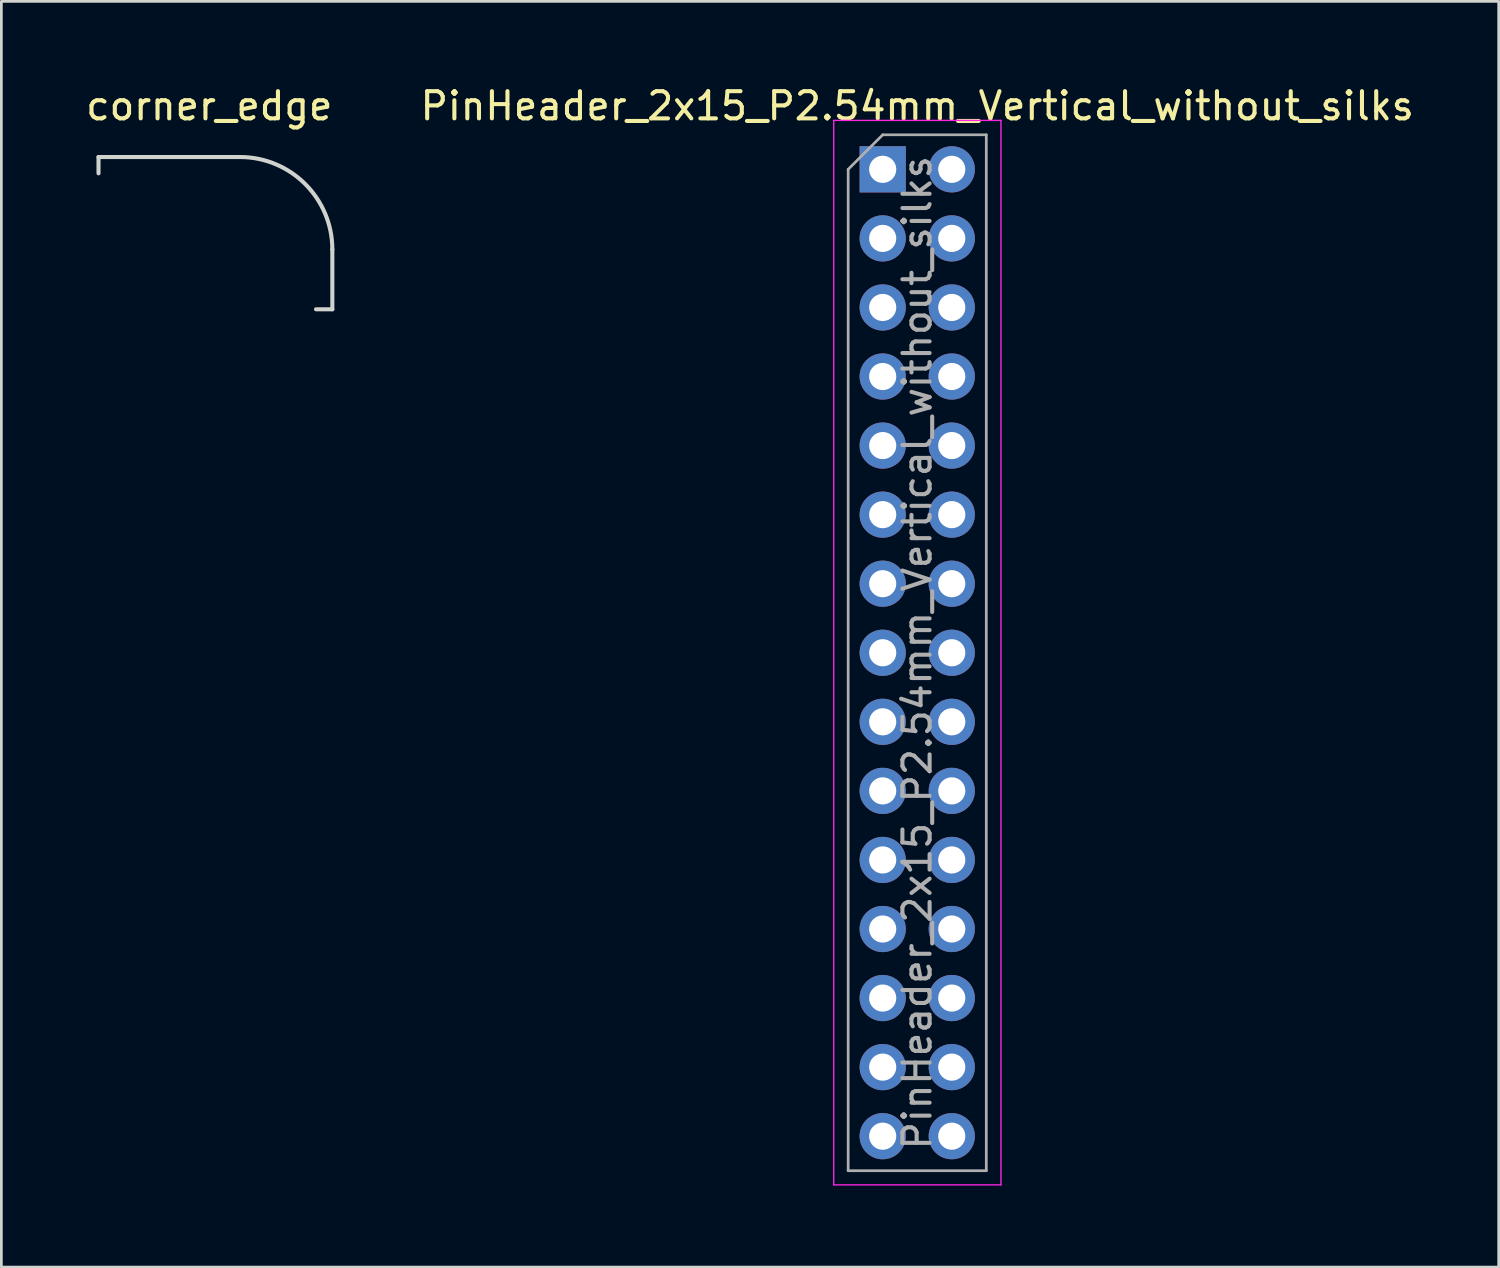
<source format=kicad_pcb>
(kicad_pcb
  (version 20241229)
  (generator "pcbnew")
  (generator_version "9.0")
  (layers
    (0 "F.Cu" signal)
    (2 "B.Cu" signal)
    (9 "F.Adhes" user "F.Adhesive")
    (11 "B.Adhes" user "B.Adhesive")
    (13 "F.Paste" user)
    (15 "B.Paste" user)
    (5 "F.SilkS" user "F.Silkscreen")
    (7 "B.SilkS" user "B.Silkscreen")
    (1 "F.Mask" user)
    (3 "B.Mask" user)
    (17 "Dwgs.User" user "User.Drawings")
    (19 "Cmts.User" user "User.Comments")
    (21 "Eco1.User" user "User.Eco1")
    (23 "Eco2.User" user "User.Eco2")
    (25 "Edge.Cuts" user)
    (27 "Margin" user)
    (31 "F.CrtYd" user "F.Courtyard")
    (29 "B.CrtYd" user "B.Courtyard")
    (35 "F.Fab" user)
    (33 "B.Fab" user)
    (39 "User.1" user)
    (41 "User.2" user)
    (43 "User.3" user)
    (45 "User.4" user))
  (footprint "PinHeader_2x15_P2.54mm_Vertical_without_silks"
    (layer "F.Cu")
    (at 29.415 3.178)
    (property "Reference" "PinHeader_2x15_P2.54mm_Vertical_without_silks" (at 1.27 -2.33 0) (layer "F.SilkS") (effects (font (size 1 1) (thickness 0.15))))
    (attr through_hole)
    (fp_line (start -1.8 -1.8) (end -1.8 37.35) (stroke (width 0.05) (type solid)) (layer "F.CrtYd"))
    (fp_line (start -1.8 37.35) (end 4.35 37.35) (stroke (width 0.05) (type solid)) (layer "F.CrtYd"))
    (fp_line (start 4.35 -1.8) (end -1.8 -1.8) (stroke (width 0.05) (type solid)) (layer "F.CrtYd"))
    (fp_line (start 4.35 37.35) (end 4.35 -1.8) (stroke (width 0.05) (type solid)) (layer "F.CrtYd"))
    (fp_line (start -1.27 0) (end 0 -1.27) (stroke (width 0.1) (type solid)) (layer "F.Fab"))
    (fp_line (start -1.27 36.83) (end -1.27 0) (stroke (width 0.1) (type solid)) (layer "F.Fab"))
    (fp_line (start 0 -1.27) (end 3.81 -1.27) (stroke (width 0.1) (type solid)) (layer "F.Fab"))
    (fp_line (start 3.81 -1.27) (end 3.81 36.83) (stroke (width 0.1) (type solid)) (layer "F.Fab"))
    (fp_line (start 3.81 36.83) (end -1.27 36.83) (stroke (width 0.1) (type solid)) (layer "F.Fab"))
    (fp_text user "${REFERENCE}" (at 1.27 17.78 90) (layer "F.Fab") (effects (font (size 1 1) (thickness 0.15))))
    (pad "1" thru_hole rect (at 0 0) (size 1.7 1.7) (drill 1) (layers "*.Cu" "*.Mask"))
    (pad "2" thru_hole oval (at 2.54 0) (size 1.7 1.7) (drill 1) (layers "*.Cu" "*.Mask"))
    (pad "3" thru_hole oval (at 0 2.54) (size 1.7 1.7) (drill 1) (layers "*.Cu" "*.Mask"))
    (pad "4" thru_hole oval (at 2.54 2.54) (size 1.7 1.7) (drill 1) (layers "*.Cu" "*.Mask"))
    (pad "5" thru_hole oval (at 0 5.08) (size 1.7 1.7) (drill 1) (layers "*.Cu" "*.Mask"))
    (pad "6" thru_hole oval (at 2.54 5.08) (size 1.7 1.7) (drill 1) (layers "*.Cu" "*.Mask"))
    (pad "7" thru_hole oval (at 0 7.62) (size 1.7 1.7) (drill 1) (layers "*.Cu" "*.Mask"))
    (pad "8" thru_hole oval (at 2.54 7.62) (size 1.7 1.7) (drill 1) (layers "*.Cu" "*.Mask"))
    (pad "9" thru_hole oval (at 0 10.16) (size 1.7 1.7) (drill 1) (layers "*.Cu" "*.Mask"))
    (pad "10" thru_hole oval (at 2.54 10.16) (size 1.7 1.7) (drill 1) (layers "*.Cu" "*.Mask"))
    (pad "11" thru_hole oval (at 0 12.7) (size 1.7 1.7) (drill 1) (layers "*.Cu" "*.Mask"))
    (pad "12" thru_hole oval (at 2.54 12.7) (size 1.7 1.7) (drill 1) (layers "*.Cu" "*.Mask"))
    (pad "13" thru_hole oval (at 0 15.24) (size 1.7 1.7) (drill 1) (layers "*.Cu" "*.Mask"))
    (pad "14" thru_hole oval (at 2.54 15.24) (size 1.7 1.7) (drill 1) (layers "*.Cu" "*.Mask"))
    (pad "15" thru_hole oval (at 0 17.78) (size 1.7 1.7) (drill 1) (layers "*.Cu" "*.Mask"))
    (pad "16" thru_hole oval (at 2.54 17.78) (size 1.7 1.7) (drill 1) (layers "*.Cu" "*.Mask"))
    (pad "17" thru_hole oval (at 0 20.32) (size 1.7 1.7) (drill 1) (layers "*.Cu" "*.Mask"))
    (pad "18" thru_hole oval (at 2.54 20.32) (size 1.7 1.7) (drill 1) (layers "*.Cu" "*.Mask"))
    (pad "19" thru_hole oval (at 0 22.86) (size 1.7 1.7) (drill 1) (layers "*.Cu" "*.Mask"))
    (pad "20" thru_hole oval (at 2.54 22.86) (size 1.7 1.7) (drill 1) (layers "*.Cu" "*.Mask"))
    (pad "21" thru_hole oval (at 0 25.4) (size 1.7 1.7) (drill 1) (layers "*.Cu" "*.Mask"))
    (pad "22" thru_hole oval (at 2.54 25.4) (size 1.7 1.7) (drill 1) (layers "*.Cu" "*.Mask"))
    (pad "23" thru_hole oval (at 0 27.94) (size 1.7 1.7) (drill 1) (layers "*.Cu" "*.Mask"))
    (pad "24" thru_hole oval (at 2.54 27.94) (size 1.7 1.7) (drill 1) (layers "*.Cu" "*.Mask"))
    (pad "25" thru_hole oval (at 0 30.48) (size 1.7 1.7) (drill 1) (layers "*.Cu" "*.Mask"))
    (pad "26" thru_hole oval (at 2.54 30.48) (size 1.7 1.7) (drill 1) (layers "*.Cu" "*.Mask"))
    (pad "27" thru_hole oval (at 0 33.02) (size 1.7 1.7) (drill 1) (layers "*.Cu" "*.Mask"))
    (pad "28" thru_hole oval (at 2.54 33.02) (size 1.7 1.7) (drill 1) (layers "*.Cu" "*.Mask"))
    (pad "29" thru_hole oval (at 0 35.56) (size 1.7 1.7) (drill 1) (layers "*.Cu" "*.Mask"))
    (pad "30" thru_hole oval (at 2.54 35.56) (size 1.7 1.7) (drill 1) (layers "*.Cu" "*.Mask")))
  (footprint "corner_edge"
    (layer "F.Cu")
    (at 8.573 3.325)
    (property "Reference" "corner_edge" (at -3.924 -2.477 0) (layer "F.SilkS") (effects (font (size 1 1) (thickness 0.15))))
    (attr through_hole)
    (fp_line (start -8 -0.6) (end -2.8 -0.6) (stroke (width 0.15) (type solid)) (layer "Edge.Cuts"))
    (fp_line (start -8 0) (end -8 -0.6) (stroke (width 0.15) (type solid)) (layer "Edge.Cuts"))
    (fp_line (start 0.6 2.8) (end 0.6 5) (stroke (width 0.15) (type solid)) (layer "Edge.Cuts"))
    (fp_line (start 0.6 5) (end 0 5) (stroke (width 0.15) (type solid)) (layer "Edge.Cuts"))
    (fp_arc (start -2.8 -0.6) (mid -0.395837 0.395837) (end 0.6 2.8) (stroke (width 0.15) (type solid)) (layer "Edge.Cuts")))
  (gr_rect
    (start -3 -3)
    (end 52.071 43.553)
    (stroke (width 0.1) (type default))
    (fill no)
    (layer "Edge.Cuts")))
</source>
